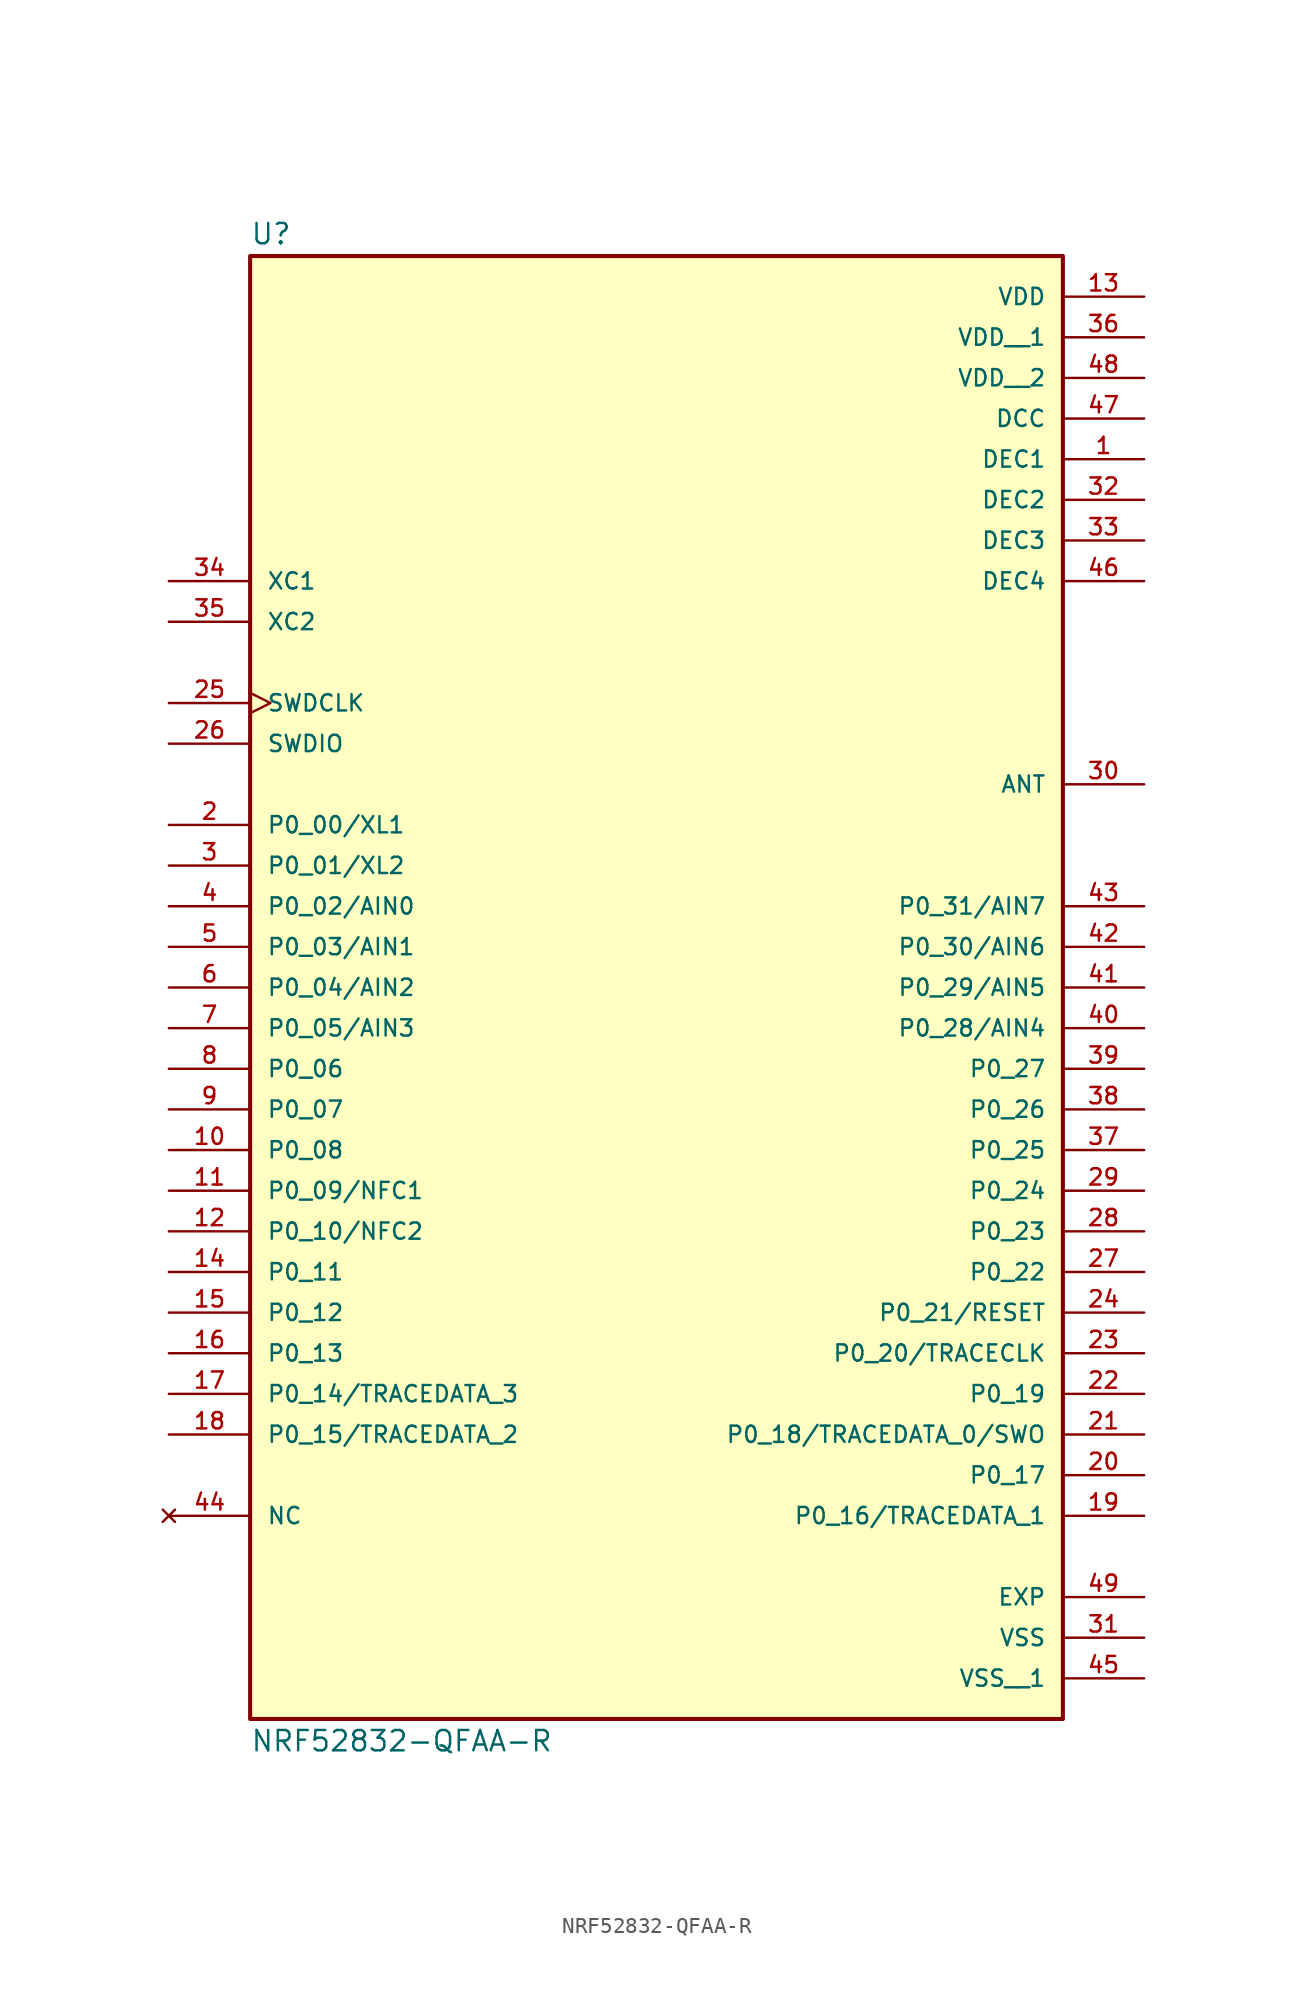
<source format=kicad_sym>
(kicad_symbol_lib
  (version 20211014)
  (generator kicad_symbol_editor)
  (symbol "NRF52832-QFAA-R"
    (pin_names
      (offset 1.016))
    (property "Reference" "U"
      (at -25.4 41.275 0)
      (effects (font (size 1.27 1.27)) (justify bottom left)))
    (property "Value" "NRF52832-QFAA-R"
      (at -25.4 -51.435 0.0)
      (effects (font (size 1.27 1.27)) (justify top left)))
    (symbol "NRF52832-QFAA-R_0_0"
      (rectangle (start -25.4 -50.8) (end 25.4 40.64) (stroke (width 0.254)) (fill (type background)))
      (pin power_in line (at 30.48 38.1 180.0) (length 5.08) (name "VDD" (effects (font (size 1.016 1.016)))) (number "13" (effects (font (size 1.016 1.016)))))
      (pin power_in line (at 30.48 30.48 180.0) (length 5.08) (name "DCC" (effects (font (size 1.016 1.016)))) (number "47" (effects (font (size 1.016 1.016)))))
      (pin bidirectional line (at -30.48 5.08 0) (length 5.08) (name "P0_00/XL1" (effects (font (size 1.016 1.016)))) (number "2" (effects (font (size 1.016 1.016)))))
      (pin bidirectional line (at -30.48 2.54 0) (length 5.08) (name "P0_01/XL2" (effects (font (size 1.016 1.016)))) (number "3" (effects (font (size 1.016 1.016)))))
      (pin bidirectional line (at -30.48 0.0 0) (length 5.08) (name "P0_02/AIN0" (effects (font (size 1.016 1.016)))) (number "4" (effects (font (size 1.016 1.016)))))
      (pin bidirectional line (at -30.48 -2.54 0) (length 5.08) (name "P0_03/AIN1" (effects (font (size 1.016 1.016)))) (number "5" (effects (font (size 1.016 1.016)))))
      (pin bidirectional line (at -30.48 -5.08 0) (length 5.08) (name "P0_04/AIN2" (effects (font (size 1.016 1.016)))) (number "6" (effects (font (size 1.016 1.016)))))
      (pin bidirectional line (at -30.48 -7.62 0) (length 5.08) (name "P0_05/AIN3" (effects (font (size 1.016 1.016)))) (number "7" (effects (font (size 1.016 1.016)))))
      (pin bidirectional line (at -30.48 -10.16 0) (length 5.08) (name "P0_06" (effects (font (size 1.016 1.016)))) (number "8" (effects (font (size 1.016 1.016)))))
      (pin bidirectional line (at -30.48 -12.7 0) (length 5.08) (name "P0_07" (effects (font (size 1.016 1.016)))) (number "9" (effects (font (size 1.016 1.016)))))
      (pin power_in line (at 30.48 -45.72 180.0) (length 5.08) (name "VSS" (effects (font (size 1.016 1.016)))) (number "31" (effects (font (size 1.016 1.016)))))
      (pin bidirectional line (at -30.48 -15.24 0) (length 5.08) (name "P0_08" (effects (font (size 1.016 1.016)))) (number "10" (effects (font (size 1.016 1.016)))))
      (pin bidirectional line (at -30.48 -17.78 0) (length 5.08) (name "P0_09/NFC1" (effects (font (size 1.016 1.016)))) (number "11" (effects (font (size 1.016 1.016)))))
      (pin bidirectional line (at -30.48 -20.32 0) (length 5.08) (name "P0_10/NFC2" (effects (font (size 1.016 1.016)))) (number "12" (effects (font (size 1.016 1.016)))))
      (pin bidirectional line (at -30.48 -22.86 0) (length 5.08) (name "P0_11" (effects (font (size 1.016 1.016)))) (number "14" (effects (font (size 1.016 1.016)))))
      (pin bidirectional line (at -30.48 -25.4 0) (length 5.08) (name "P0_12" (effects (font (size 1.016 1.016)))) (number "15" (effects (font (size 1.016 1.016)))))
      (pin bidirectional line (at -30.48 -27.94 0) (length 5.08) (name "P0_13" (effects (font (size 1.016 1.016)))) (number "16" (effects (font (size 1.016 1.016)))))
      (pin bidirectional line (at -30.48 -30.48 0) (length 5.08) (name "P0_14/TRACEDATA_3" (effects (font (size 1.016 1.016)))) (number "17" (effects (font (size 1.016 1.016)))))
      (pin bidirectional line (at -30.48 -33.02 0) (length 5.08) (name "P0_15/TRACEDATA_2" (effects (font (size 1.016 1.016)))) (number "18" (effects (font (size 1.016 1.016)))))
      (pin bidirectional line (at 30.48 -38.1 180.0) (length 5.08) (name "P0_16/TRACEDATA_1" (effects (font (size 1.016 1.016)))) (number "19" (effects (font (size 1.016 1.016)))))
      (pin bidirectional line (at 30.48 -35.56 180.0) (length 5.08) (name "P0_17" (effects (font (size 1.016 1.016)))) (number "20" (effects (font (size 1.016 1.016)))))
      (pin bidirectional line (at 30.48 -33.02 180.0) (length 5.08) (name "P0_18/TRACEDATA_0/SWO" (effects (font (size 1.016 1.016)))) (number "21" (effects (font (size 1.016 1.016)))))
      (pin bidirectional line (at 30.48 -30.48 180.0) (length 5.08) (name "P0_19" (effects (font (size 1.016 1.016)))) (number "22" (effects (font (size 1.016 1.016)))))
      (pin bidirectional line (at 30.48 -27.94 180.0) (length 5.08) (name "P0_20/TRACECLK" (effects (font (size 1.016 1.016)))) (number "23" (effects (font (size 1.016 1.016)))))
      (pin bidirectional line (at -30.48 10.16 0) (length 5.08) (name "SWDIO" (effects (font (size 1.016 1.016)))) (number "26" (effects (font (size 1.016 1.016)))))
      (pin input clock (at -30.48 12.7 0) (length 5.08) (name "SWDCLK" (effects (font (size 1.016 1.016)))) (number "25" (effects (font (size 1.016 1.016)))))
      (pin power_in line (at 30.48 27.94 180.0) (length 5.08) (name "DEC1" (effects (font (size 1.016 1.016)))) (number "1" (effects (font (size 1.016 1.016)))))
      (pin power_in line (at 30.48 25.4 180.0) (length 5.08) (name "DEC2" (effects (font (size 1.016 1.016)))) (number "32" (effects (font (size 1.016 1.016)))))
      (pin bidirectional line (at 30.48 7.62 180.0) (length 5.08) (name "ANT" (effects (font (size 1.016 1.016)))) (number "30" (effects (font (size 1.016 1.016)))))
      (pin input line (at -30.48 20.32 0) (length 5.08) (name "XC1" (effects (font (size 1.016 1.016)))) (number "34" (effects (font (size 1.016 1.016)))))
      (pin input line (at -30.48 17.78 0) (length 5.08) (name "XC2" (effects (font (size 1.016 1.016)))) (number "35" (effects (font (size 1.016 1.016)))))
      (pin bidirectional line (at 30.48 -25.4 180.0) (length 5.08) (name "P0_21/RESET" (effects (font (size 1.016 1.016)))) (number "24" (effects (font (size 1.016 1.016)))))
      (pin bidirectional line (at 30.48 -22.86 180.0) (length 5.08) (name "P0_22" (effects (font (size 1.016 1.016)))) (number "27" (effects (font (size 1.016 1.016)))))
      (pin bidirectional line (at 30.48 -20.32 180.0) (length 5.08) (name "P0_23" (effects (font (size 1.016 1.016)))) (number "28" (effects (font (size 1.016 1.016)))))
      (pin bidirectional line (at 30.48 -17.78 180.0) (length 5.08) (name "P0_24" (effects (font (size 1.016 1.016)))) (number "29" (effects (font (size 1.016 1.016)))))
      (pin bidirectional line (at 30.48 -15.24 180.0) (length 5.08) (name "P0_25" (effects (font (size 1.016 1.016)))) (number "37" (effects (font (size 1.016 1.016)))))
      (pin bidirectional line (at 30.48 -12.7 180.0) (length 5.08) (name "P0_26" (effects (font (size 1.016 1.016)))) (number "38" (effects (font (size 1.016 1.016)))))
      (pin bidirectional line (at 30.48 -10.16 180.0) (length 5.08) (name "P0_27" (effects (font (size 1.016 1.016)))) (number "39" (effects (font (size 1.016 1.016)))))
      (pin bidirectional line (at 30.48 -7.62 180.0) (length 5.08) (name "P0_28/AIN4" (effects (font (size 1.016 1.016)))) (number "40" (effects (font (size 1.016 1.016)))))
      (pin bidirectional line (at 30.48 -5.08 180.0) (length 5.08) (name "P0_29/AIN5" (effects (font (size 1.016 1.016)))) (number "41" (effects (font (size 1.016 1.016)))))
      (pin bidirectional line (at 30.48 -2.54 180.0) (length 5.08) (name "P0_30/AIN6" (effects (font (size 1.016 1.016)))) (number "42" (effects (font (size 1.016 1.016)))))
      (pin power_in line (at 30.48 -43.18 180.0) (length 5.08) (name "EXP" (effects (font (size 1.016 1.016)))) (number "49" (effects (font (size 1.016 1.016)))))
      (pin power_in line (at 30.48 22.86 180.0) (length 5.08) (name "DEC3" (effects (font (size 1.016 1.016)))) (number "33" (effects (font (size 1.016 1.016)))))
      (pin bidirectional line (at 30.48 0.0 180.0) (length 5.08) (name "P0_31/AIN7" (effects (font (size 1.016 1.016)))) (number "43" (effects (font (size 1.016 1.016)))))
      (pin power_in line (at 30.48 20.32 180.0) (length 5.08) (name "DEC4" (effects (font (size 1.016 1.016)))) (number "46" (effects (font (size 1.016 1.016)))))
      (pin no_connect line (at -30.48 -38.1 0) (length 5.08) (name "NC" (effects (font (size 1.016 1.016)))) (number "44" (effects (font (size 1.016 1.016)))))
      (pin power_in line (at 30.48 35.56 180.0) (length 5.08) (name "VDD__1" (effects (font (size 1.016 1.016)))) (number "36" (effects (font (size 1.016 1.016)))))
      (pin power_in line (at 30.48 33.02 180.0) (length 5.08) (name "VDD__2" (effects (font (size 1.016 1.016)))) (number "48" (effects (font (size 1.016 1.016)))))
      (pin power_in line (at 30.48 -48.26 180.0) (length 5.08) (name "VSS__1" (effects (font (size 1.016 1.016)))) (number "45" (effects (font (size 1.016 1.016))))))))
</source>
